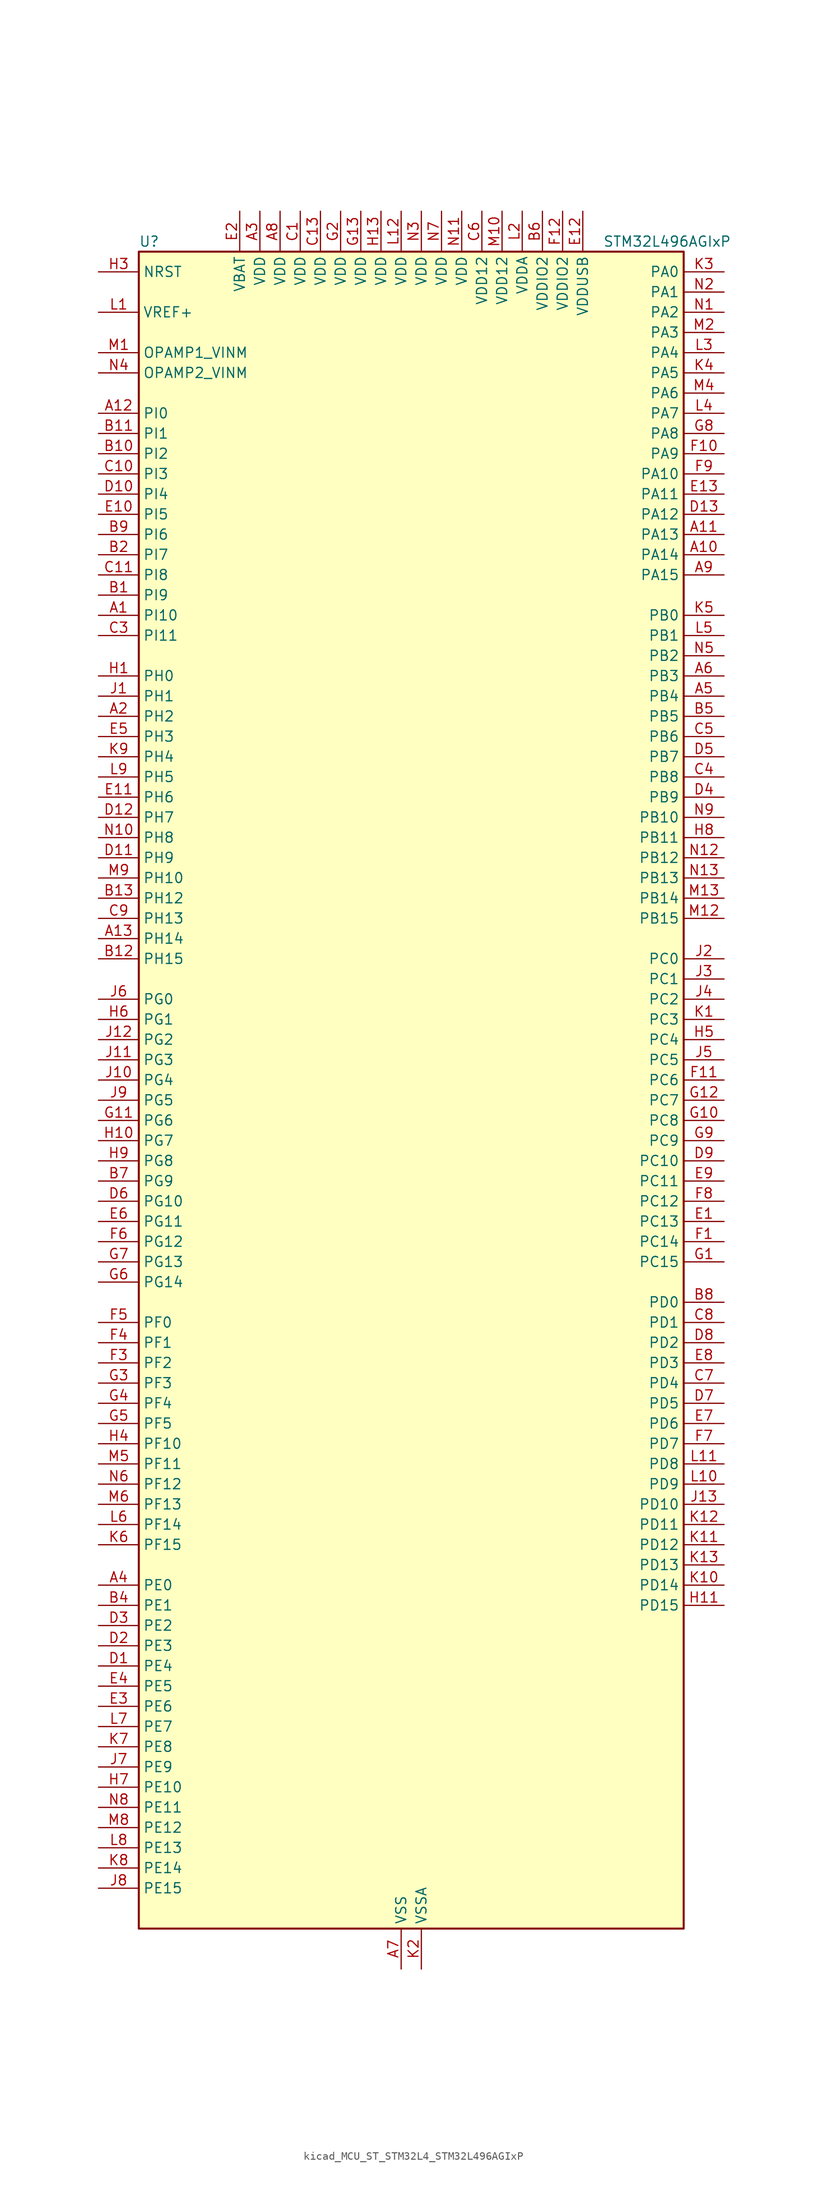
<source format=kicad_sym>
(kicad_symbol_lib
  (version 20220914)
  (generator kicad_symbol_editor)
  (symbol "kicad_MCU_ST_STM32L4_STM32L496AGIxP"
    (property "Reference" "U"
      (at -33.02 107.95 0)
      (effects (font (size 1.27 1.27)) (justify left)))
    (property "Value" "STM32L496AGIxP"
      (at 25.4 107.95 0)
      (effects (font (size 1.27 1.27)) (justify left)))
    (property "ki_locked" ""
      (at 0 0 0)
      (effects (font (size 1.27 1.27))))
    (symbol "kicad_MCU_ST_STM32L4_STM32L496AGIxP_0_1"
      (rectangle (start -33.02 -104.14) (end 35.56 106.68) (stroke (width 0.254) (type default)) (fill (type background))))
    (symbol "kicad_MCU_ST_STM32L4_STM32L496AGIxP_1_1"
      (pin bidirectional line (at -38.1 60.96 0) (length 5.08) (name "PI10" (effects (font (size 1.27 1.27)))) (number "A1" (effects (font (size 1.27 1.27)))))
      (pin bidirectional line (at 40.64 68.58 180) (length 5.08) (name "PA14" (effects (font (size 1.27 1.27)))) (number "A10" (effects (font (size 1.27 1.27)))) (alternate "I2C1_SMBA" bidirectional line) (alternate "I2C4_SMBA" bidirectional line) (alternate "LPTIM1_OUT" bidirectional line) (alternate "SAI1_FS_B" bidirectional line) (alternate "SWPMI1_RX" bidirectional line) (alternate "SYS_JTCK-SWCLK" bidirectional line) (alternate "USB_OTG_FS_SOF" bidirectional line))
      (pin bidirectional line (at 40.64 71.12 180) (length 5.08) (name "PA13" (effects (font (size 1.27 1.27)))) (number "A11" (effects (font (size 1.27 1.27)))) (alternate "IR_OUT" bidirectional line) (alternate "SAI1_SD_B" bidirectional line) (alternate "SWPMI1_TX" bidirectional line) (alternate "SYS_JTMS-SWDIO" bidirectional line) (alternate "USB_OTG_FS_NOE" bidirectional line))
      (pin bidirectional line (at -38.1 86.36 0) (length 5.08) (name "PI0" (effects (font (size 1.27 1.27)))) (number "A12" (effects (font (size 1.27 1.27)))) (alternate "DCMI_D13" bidirectional line) (alternate "SPI2_NSS" bidirectional line) (alternate "TIM5_CH4" bidirectional line))
      (pin bidirectional line (at -38.1 20.32 0) (length 5.08) (name "PH14" (effects (font (size 1.27 1.27)))) (number "A13" (effects (font (size 1.27 1.27)))) (alternate "DCMI_D4" bidirectional line) (alternate "TIM8_CH2N" bidirectional line))
      (pin bidirectional line (at -38.1 48.26 0) (length 5.08) (name "PH2" (effects (font (size 1.27 1.27)))) (number "A2" (effects (font (size 1.27 1.27)))) (alternate "QUADSPI_BK2_IO0" bidirectional line))
      (pin power_in line (at -17.78 111.76 270) (length 5.08) (name "VDD" (effects (font (size 1.27 1.27)))) (number "A3" (effects (font (size 1.27 1.27)))))
      (pin bidirectional line (at -38.1 -60.96 0) (length 5.08) (name "PE0" (effects (font (size 1.27 1.27)))) (number "A4" (effects (font (size 1.27 1.27)))) (alternate "DCMI_D2" bidirectional line) (alternate "FMC_NBL0" bidirectional line) (alternate "LCD_SEG36" bidirectional line) (alternate "TIM16_CH1" bidirectional line) (alternate "TIM4_ETR" bidirectional line))
      (pin bidirectional line (at 40.64 50.8 180) (length 5.08) (name "PB4" (effects (font (size 1.27 1.27)))) (number "A5" (effects (font (size 1.27 1.27)))) (alternate "COMP2_INP" bidirectional line) (alternate "DCMI_D12" bidirectional line) (alternate "I2C3_SDA" bidirectional line) (alternate "LCD_SEG8" bidirectional line) (alternate "SAI1_MCLK_B" bidirectional line) (alternate "SPI1_MISO" bidirectional line) (alternate "SPI3_MISO" bidirectional line) (alternate "SYS_JTRST" bidirectional line) (alternate "TIM17_BKIN" bidirectional line) (alternate "TIM3_CH1" bidirectional line) (alternate "TSC_G2_IO1" bidirectional line) (alternate "UART5_DE" bidirectional line) (alternate "UART5_RTS" bidirectional line) (alternate "USART1_CTS" bidirectional line))
      (pin bidirectional line (at 40.64 53.34 180) (length 5.08) (name "PB3" (effects (font (size 1.27 1.27)))) (number "A6" (effects (font (size 1.27 1.27)))) (alternate "COMP2_INM" bidirectional line) (alternate "CRS_SYNC" bidirectional line) (alternate "LCD_SEG7" bidirectional line) (alternate "SAI1_SCK_B" bidirectional line) (alternate "SPI1_SCK" bidirectional line) (alternate "SPI3_SCK" bidirectional line) (alternate "SYS_JTDO-SWO" bidirectional line) (alternate "TIM2_CH2" bidirectional line) (alternate "USART1_DE" bidirectional line) (alternate "USART1_RTS" bidirectional line))
      (pin power_in line (at 0 -109.22 90) (length 5.08) (name "VSS" (effects (font (size 1.27 1.27)))) (number "A7" (effects (font (size 1.27 1.27)))))
      (pin power_in line (at -15.24 111.76 270) (length 5.08) (name "VDD" (effects (font (size 1.27 1.27)))) (number "A8" (effects (font (size 1.27 1.27)))))
      (pin bidirectional line (at 40.64 66.04 180) (length 5.08) (name "PA15" (effects (font (size 1.27 1.27)))) (number "A9" (effects (font (size 1.27 1.27)))) (alternate "ADC1_EXTI15" bidirectional line) (alternate "ADC2_EXTI15" bidirectional line) (alternate "ADC3_EXTI15" bidirectional line) (alternate "LCD_SEG17" bidirectional line) (alternate "SAI2_FS_B" bidirectional line) (alternate "SPI1_NSS" bidirectional line) (alternate "SPI3_NSS" bidirectional line) (alternate "SWPMI1_SUSPEND" bidirectional line) (alternate "SYS_JTDI" bidirectional line) (alternate "TIM2_CH1" bidirectional line) (alternate "TIM2_ETR" bidirectional line) (alternate "TSC_G3_IO1" bidirectional line) (alternate "UART4_DE" bidirectional line) (alternate "UART4_RTS" bidirectional line) (alternate "USART2_RX" bidirectional line) (alternate "USART3_DE" bidirectional line) (alternate "USART3_RTS" bidirectional line))
      (pin bidirectional line (at -38.1 63.5 0) (length 5.08) (name "PI9" (effects (font (size 1.27 1.27)))) (number "B1" (effects (font (size 1.27 1.27)))) (alternate "CAN1_RX" bidirectional line) (alternate "DAC1_EXTI9" bidirectional line))
      (pin bidirectional line (at -38.1 81.28 0) (length 5.08) (name "PI2" (effects (font (size 1.27 1.27)))) (number "B10" (effects (font (size 1.27 1.27)))) (alternate "DCMI_D9" bidirectional line) (alternate "SPI2_MISO" bidirectional line) (alternate "TIM8_CH4" bidirectional line))
      (pin bidirectional line (at -38.1 83.82 0) (length 5.08) (name "PI1" (effects (font (size 1.27 1.27)))) (number "B11" (effects (font (size 1.27 1.27)))) (alternate "DCMI_D8" bidirectional line) (alternate "SPI2_SCK" bidirectional line))
      (pin bidirectional line (at -38.1 17.78 0) (length 5.08) (name "PH15" (effects (font (size 1.27 1.27)))) (number "B12" (effects (font (size 1.27 1.27)))) (alternate "ADC1_EXTI15" bidirectional line) (alternate "ADC2_EXTI15" bidirectional line) (alternate "ADC3_EXTI15" bidirectional line) (alternate "DCMI_D11" bidirectional line) (alternate "TIM8_CH3N" bidirectional line))
      (pin bidirectional line (at -38.1 25.4 0) (length 5.08) (name "PH12" (effects (font (size 1.27 1.27)))) (number "B13" (effects (font (size 1.27 1.27)))) (alternate "DCMI_D3" bidirectional line) (alternate "TIM5_CH3" bidirectional line))
      (pin bidirectional line (at -38.1 68.58 0) (length 5.08) (name "PI7" (effects (font (size 1.27 1.27)))) (number "B2" (effects (font (size 1.27 1.27)))) (alternate "DCMI_D7" bidirectional line) (alternate "TIM8_CH3" bidirectional line))
      (pin passive line (at 0 -109.22 90) (length 5.08) hide (name "VSS" (effects (font (size 1.27 1.27)))) (number "B3" (effects (font (size 1.27 1.27)))))
      (pin bidirectional line (at -38.1 -63.5 0) (length 5.08) (name "PE1" (effects (font (size 1.27 1.27)))) (number "B4" (effects (font (size 1.27 1.27)))) (alternate "DCMI_D3" bidirectional line) (alternate "FMC_NBL1" bidirectional line) (alternate "LCD_SEG37" bidirectional line) (alternate "TIM17_CH1" bidirectional line))
      (pin bidirectional line (at 40.64 48.26 180) (length 5.08) (name "PB5" (effects (font (size 1.27 1.27)))) (number "B5" (effects (font (size 1.27 1.27)))) (alternate "CAN2_RX" bidirectional line) (alternate "COMP2_OUT" bidirectional line) (alternate "DCMI_D10" bidirectional line) (alternate "I2C1_SMBA" bidirectional line) (alternate "LCD_SEG9" bidirectional line) (alternate "LPTIM1_IN1" bidirectional line) (alternate "SAI1_SD_B" bidirectional line) (alternate "SPI1_MOSI" bidirectional line) (alternate "SPI3_MOSI" bidirectional line) (alternate "TIM16_BKIN" bidirectional line) (alternate "TIM3_CH2" bidirectional line) (alternate "TSC_G2_IO2" bidirectional line) (alternate "UART5_CTS" bidirectional line) (alternate "USART1_CK" bidirectional line))
      (pin power_in line (at 17.78 111.76 270) (length 5.08) (name "VDDIO2" (effects (font (size 1.27 1.27)))) (number "B6" (effects (font (size 1.27 1.27)))))
      (pin bidirectional line (at -38.1 -10.16 0) (length 5.08) (name "PG9" (effects (font (size 1.27 1.27)))) (number "B7" (effects (font (size 1.27 1.27)))) (alternate "DAC1_EXTI9" bidirectional line) (alternate "FMC_NCE" bidirectional line) (alternate "FMC_NE2" bidirectional line) (alternate "SAI2_SCK_A" bidirectional line) (alternate "SPI3_SCK" bidirectional line) (alternate "TIM15_CH1N" bidirectional line) (alternate "USART1_TX" bidirectional line))
      (pin bidirectional line (at 40.64 -25.4 180) (length 5.08) (name "PD0" (effects (font (size 1.27 1.27)))) (number "B8" (effects (font (size 1.27 1.27)))) (alternate "CAN1_RX" bidirectional line) (alternate "DFSDM1_DATIN7" bidirectional line) (alternate "FMC_D2" bidirectional line) (alternate "FMC_DA2" bidirectional line) (alternate "SPI2_NSS" bidirectional line))
      (pin bidirectional line (at -38.1 71.12 0) (length 5.08) (name "PI6" (effects (font (size 1.27 1.27)))) (number "B9" (effects (font (size 1.27 1.27)))) (alternate "DCMI_D6" bidirectional line) (alternate "TIM8_CH2" bidirectional line))
      (pin power_in line (at -12.7 111.76 270) (length 5.08) (name "VDD" (effects (font (size 1.27 1.27)))) (number "C1" (effects (font (size 1.27 1.27)))))
      (pin bidirectional line (at -38.1 78.74 0) (length 5.08) (name "PI3" (effects (font (size 1.27 1.27)))) (number "C10" (effects (font (size 1.27 1.27)))) (alternate "DCMI_D10" bidirectional line) (alternate "SPI2_MOSI" bidirectional line) (alternate "TIM8_ETR" bidirectional line))
      (pin bidirectional line (at -38.1 66.04 0) (length 5.08) (name "PI8" (effects (font (size 1.27 1.27)))) (number "C11" (effects (font (size 1.27 1.27)))) (alternate "DCMI_D12" bidirectional line))
      (pin passive line (at 0 -109.22 90) (length 5.08) hide (name "VSS" (effects (font (size 1.27 1.27)))) (number "C12" (effects (font (size 1.27 1.27)))))
      (pin power_in line (at -10.16 111.76 270) (length 5.08) (name "VDD" (effects (font (size 1.27 1.27)))) (number "C13" (effects (font (size 1.27 1.27)))))
      (pin passive line (at 0 -109.22 90) (length 5.08) hide (name "VSS" (effects (font (size 1.27 1.27)))) (number "C2" (effects (font (size 1.27 1.27)))))
      (pin bidirectional line (at -38.1 58.42 0) (length 5.08) (name "PI11" (effects (font (size 1.27 1.27)))) (number "C3" (effects (font (size 1.27 1.27)))) (alternate "ADC1_EXTI11" bidirectional line) (alternate "ADC2_EXTI11" bidirectional line) (alternate "ADC3_EXTI11" bidirectional line))
      (pin bidirectional line (at 40.64 40.64 180) (length 5.08) (name "PB8" (effects (font (size 1.27 1.27)))) (number "C4" (effects (font (size 1.27 1.27)))) (alternate "CAN1_RX" bidirectional line) (alternate "DCMI_D6" bidirectional line) (alternate "DFSDM1_DATIN6" bidirectional line) (alternate "I2C1_SCL" bidirectional line) (alternate "LCD_SEG16" bidirectional line) (alternate "SAI1_MCLK_A" bidirectional line) (alternate "SDMMC1_D4" bidirectional line) (alternate "TIM16_CH1" bidirectional line) (alternate "TIM4_CH3" bidirectional line))
      (pin bidirectional line (at 40.64 45.72 180) (length 5.08) (name "PB6" (effects (font (size 1.27 1.27)))) (number "C5" (effects (font (size 1.27 1.27)))) (alternate "CAN2_TX" bidirectional line) (alternate "COMP2_INP" bidirectional line) (alternate "DCMI_D5" bidirectional line) (alternate "DFSDM1_DATIN5" bidirectional line) (alternate "I2C1_SCL" bidirectional line) (alternate "I2C4_SCL" bidirectional line) (alternate "LPTIM1_ETR" bidirectional line) (alternate "SAI1_FS_B" bidirectional line) (alternate "TIM16_CH1N" bidirectional line) (alternate "TIM4_CH1" bidirectional line) (alternate "TIM8_BKIN2" bidirectional line) (alternate "TIM8_BKIN2_COMP2" bidirectional line) (alternate "TSC_G2_IO3" bidirectional line) (alternate "USART1_TX" bidirectional line))
      (pin power_in line (at 10.16 111.76 270) (length 5.08) (name "VDD12" (effects (font (size 1.27 1.27)))) (number "C6" (effects (font (size 1.27 1.27)))))
      (pin bidirectional line (at 40.64 -35.56 180) (length 5.08) (name "PD4" (effects (font (size 1.27 1.27)))) (number "C7" (effects (font (size 1.27 1.27)))) (alternate "DFSDM1_CKIN0" bidirectional line) (alternate "FMC_NOE" bidirectional line) (alternate "QUADSPI_BK2_IO0" bidirectional line) (alternate "SPI2_MOSI" bidirectional line) (alternate "USART2_DE" bidirectional line) (alternate "USART2_RTS" bidirectional line))
      (pin bidirectional line (at 40.64 -27.94 180) (length 5.08) (name "PD1" (effects (font (size 1.27 1.27)))) (number "C8" (effects (font (size 1.27 1.27)))) (alternate "CAN1_TX" bidirectional line) (alternate "DFSDM1_CKIN7" bidirectional line) (alternate "FMC_D3" bidirectional line) (alternate "FMC_DA3" bidirectional line) (alternate "SPI2_SCK" bidirectional line))
      (pin bidirectional line (at -38.1 22.86 0) (length 5.08) (name "PH13" (effects (font (size 1.27 1.27)))) (number "C9" (effects (font (size 1.27 1.27)))) (alternate "CAN1_TX" bidirectional line) (alternate "TIM8_CH1N" bidirectional line))
      (pin bidirectional line (at -38.1 -71.12 0) (length 5.08) (name "PE4" (effects (font (size 1.27 1.27)))) (number "D1" (effects (font (size 1.27 1.27)))) (alternate "DCMI_D4" bidirectional line) (alternate "DFSDM1_DATIN3" bidirectional line) (alternate "FMC_A20" bidirectional line) (alternate "SAI1_FS_A" bidirectional line) (alternate "SYS_TRACED1" bidirectional line) (alternate "TIM3_CH2" bidirectional line) (alternate "TSC_G7_IO3" bidirectional line))
      (pin bidirectional line (at -38.1 76.2 0) (length 5.08) (name "PI4" (effects (font (size 1.27 1.27)))) (number "D10" (effects (font (size 1.27 1.27)))) (alternate "DCMI_D5" bidirectional line) (alternate "TIM8_BKIN" bidirectional line))
      (pin bidirectional line (at -38.1 30.48 0) (length 5.08) (name "PH9" (effects (font (size 1.27 1.27)))) (number "D11" (effects (font (size 1.27 1.27)))) (alternate "DAC1_EXTI9" bidirectional line) (alternate "DCMI_D0" bidirectional line) (alternate "I2C3_SMBA" bidirectional line))
      (pin bidirectional line (at -38.1 35.56 0) (length 5.08) (name "PH7" (effects (font (size 1.27 1.27)))) (number "D12" (effects (font (size 1.27 1.27)))) (alternate "DCMI_D9" bidirectional line) (alternate "I2C3_SCL" bidirectional line))
      (pin bidirectional line (at 40.64 73.66 180) (length 5.08) (name "PA12" (effects (font (size 1.27 1.27)))) (number "D13" (effects (font (size 1.27 1.27)))) (alternate "CAN1_TX" bidirectional line) (alternate "SPI1_MOSI" bidirectional line) (alternate "TIM1_ETR" bidirectional line) (alternate "USART1_DE" bidirectional line) (alternate "USART1_RTS" bidirectional line) (alternate "USB_OTG_FS_DP" bidirectional line))
      (pin bidirectional line (at -38.1 -68.58 0) (length 5.08) (name "PE3" (effects (font (size 1.27 1.27)))) (number "D2" (effects (font (size 1.27 1.27)))) (alternate "FMC_A19" bidirectional line) (alternate "LCD_SEG39" bidirectional line) (alternate "SAI1_SD_B" bidirectional line) (alternate "SYS_TRACED0" bidirectional line) (alternate "TIM3_CH1" bidirectional line) (alternate "TSC_G7_IO2" bidirectional line))
      (pin bidirectional line (at -38.1 -66.04 0) (length 5.08) (name "PE2" (effects (font (size 1.27 1.27)))) (number "D3" (effects (font (size 1.27 1.27)))) (alternate "FMC_A23" bidirectional line) (alternate "LCD_SEG38" bidirectional line) (alternate "SAI1_MCLK_A" bidirectional line) (alternate "SYS_TRACECLK" bidirectional line) (alternate "TIM3_ETR" bidirectional line) (alternate "TSC_G7_IO1" bidirectional line))
      (pin bidirectional line (at 40.64 38.1 180) (length 5.08) (name "PB9" (effects (font (size 1.27 1.27)))) (number "D4" (effects (font (size 1.27 1.27)))) (alternate "CAN1_TX" bidirectional line) (alternate "DAC1_EXTI9" bidirectional line) (alternate "DCMI_D7" bidirectional line) (alternate "DFSDM1_CKIN6" bidirectional line) (alternate "I2C1_SDA" bidirectional line) (alternate "IR_OUT" bidirectional line) (alternate "LCD_COM3" bidirectional line) (alternate "SAI1_FS_A" bidirectional line) (alternate "SDMMC1_D5" bidirectional line) (alternate "SPI2_NSS" bidirectional line) (alternate "TIM17_CH1" bidirectional line) (alternate "TIM4_CH4" bidirectional line))
      (pin bidirectional line (at 40.64 43.18 180) (length 5.08) (name "PB7" (effects (font (size 1.27 1.27)))) (number "D5" (effects (font (size 1.27 1.27)))) (alternate "COMP2_INM" bidirectional line) (alternate "DCMI_VSYNC" bidirectional line) (alternate "DFSDM1_CKIN5" bidirectional line) (alternate "FMC_NL" bidirectional line) (alternate "I2C1_SDA" bidirectional line) (alternate "I2C4_SDA" bidirectional line) (alternate "LCD_SEG21" bidirectional line) (alternate "LPTIM1_IN2" bidirectional line) (alternate "SYS_PVD_IN" bidirectional line) (alternate "TIM17_CH1N" bidirectional line) (alternate "TIM4_CH2" bidirectional line) (alternate "TIM8_BKIN" bidirectional line) (alternate "TIM8_BKIN_COMP1" bidirectional line) (alternate "TSC_G2_IO4" bidirectional line) (alternate "UART4_CTS" bidirectional line) (alternate "USART1_RX" bidirectional line))
      (pin bidirectional line (at -38.1 -12.7 0) (length 5.08) (name "PG10" (effects (font (size 1.27 1.27)))) (number "D6" (effects (font (size 1.27 1.27)))) (alternate "FMC_NE3" bidirectional line) (alternate "LPTIM1_IN1" bidirectional line) (alternate "SAI2_FS_A" bidirectional line) (alternate "SPI3_MISO" bidirectional line) (alternate "TIM15_CH1" bidirectional line) (alternate "USART1_RX" bidirectional line))
      (pin bidirectional line (at 40.64 -38.1 180) (length 5.08) (name "PD5" (effects (font (size 1.27 1.27)))) (number "D7" (effects (font (size 1.27 1.27)))) (alternate "FMC_NWE" bidirectional line) (alternate "QUADSPI_BK2_IO1" bidirectional line) (alternate "USART2_TX" bidirectional line))
      (pin bidirectional line (at 40.64 -30.48 180) (length 5.08) (name "PD2" (effects (font (size 1.27 1.27)))) (number "D8" (effects (font (size 1.27 1.27)))) (alternate "DCMI_D11" bidirectional line) (alternate "LCD_COM7" bidirectional line) (alternate "LCD_SEG31" bidirectional line) (alternate "LCD_SEG43" bidirectional line) (alternate "SDMMC1_CMD" bidirectional line) (alternate "SYS_TRACED2" bidirectional line) (alternate "TIM3_ETR" bidirectional line) (alternate "TSC_SYNC" bidirectional line) (alternate "UART5_RX" bidirectional line) (alternate "USART3_DE" bidirectional line) (alternate "USART3_RTS" bidirectional line))
      (pin bidirectional line (at 40.64 -7.62 180) (length 5.08) (name "PC10" (effects (font (size 1.27 1.27)))) (number "D9" (effects (font (size 1.27 1.27)))) (alternate "DCMI_D8" bidirectional line) (alternate "LCD_COM4" bidirectional line) (alternate "LCD_SEG28" bidirectional line) (alternate "LCD_SEG40" bidirectional line) (alternate "SAI2_SCK_B" bidirectional line) (alternate "SDMMC1_D2" bidirectional line) (alternate "SPI3_SCK" bidirectional line) (alternate "SYS_TRACED1" bidirectional line) (alternate "TSC_G3_IO2" bidirectional line) (alternate "UART4_TX" bidirectional line) (alternate "USART3_TX" bidirectional line))
      (pin bidirectional line (at 40.64 -15.24 180) (length 5.08) (name "PC13" (effects (font (size 1.27 1.27)))) (number "E1" (effects (font (size 1.27 1.27)))) (alternate "RTC_OUT_ALARM" bidirectional line) (alternate "RTC_OUT_CALIB" bidirectional line) (alternate "RTC_TAMP1" bidirectional line) (alternate "RTC_TS" bidirectional line) (alternate "SYS_WKUP2" bidirectional line))
      (pin bidirectional line (at -38.1 73.66 0) (length 5.08) (name "PI5" (effects (font (size 1.27 1.27)))) (number "E10" (effects (font (size 1.27 1.27)))) (alternate "DCMI_VSYNC" bidirectional line) (alternate "TIM8_CH1" bidirectional line))
      (pin bidirectional line (at -38.1 38.1 0) (length 5.08) (name "PH6" (effects (font (size 1.27 1.27)))) (number "E11" (effects (font (size 1.27 1.27)))) (alternate "DCMI_D8" bidirectional line) (alternate "I2C2_SMBA" bidirectional line))
      (pin power_in line (at 22.86 111.76 270) (length 5.08) (name "VDDUSB" (effects (font (size 1.27 1.27)))) (number "E12" (effects (font (size 1.27 1.27)))))
      (pin bidirectional line (at 40.64 76.2 180) (length 5.08) (name "PA11" (effects (font (size 1.27 1.27)))) (number "E13" (effects (font (size 1.27 1.27)))) (alternate "ADC1_EXTI11" bidirectional line) (alternate "ADC2_EXTI11" bidirectional line) (alternate "ADC3_EXTI11" bidirectional line) (alternate "CAN1_RX" bidirectional line) (alternate "SPI1_MISO" bidirectional line) (alternate "TIM1_BKIN2" bidirectional line) (alternate "TIM1_BKIN2_COMP1" bidirectional line) (alternate "TIM1_CH4" bidirectional line) (alternate "USART1_CTS" bidirectional line) (alternate "USB_OTG_FS_DM" bidirectional line))
      (pin power_in line (at -20.32 111.76 270) (length 5.08) (name "VBAT" (effects (font (size 1.27 1.27)))) (number "E2" (effects (font (size 1.27 1.27)))))
      (pin bidirectional line (at -38.1 -76.2 0) (length 5.08) (name "PE6" (effects (font (size 1.27 1.27)))) (number "E3" (effects (font (size 1.27 1.27)))) (alternate "DCMI_D7" bidirectional line) (alternate "FMC_A22" bidirectional line) (alternate "RTC_TAMP3" bidirectional line) (alternate "SAI1_SD_A" bidirectional line) (alternate "SYS_TRACED3" bidirectional line) (alternate "SYS_WKUP3" bidirectional line) (alternate "TIM3_CH4" bidirectional line))
      (pin bidirectional line (at -38.1 -73.66 0) (length 5.08) (name "PE5" (effects (font (size 1.27 1.27)))) (number "E4" (effects (font (size 1.27 1.27)))) (alternate "DCMI_D6" bidirectional line) (alternate "DFSDM1_CKIN3" bidirectional line) (alternate "FMC_A21" bidirectional line) (alternate "SAI1_SCK_A" bidirectional line) (alternate "SYS_TRACED2" bidirectional line) (alternate "TIM3_CH3" bidirectional line) (alternate "TSC_G7_IO4" bidirectional line))
      (pin bidirectional line (at -38.1 45.72 0) (length 5.08) (name "PH3" (effects (font (size 1.27 1.27)))) (number "E5" (effects (font (size 1.27 1.27)))))
      (pin bidirectional line (at -38.1 -15.24 0) (length 5.08) (name "PG11" (effects (font (size 1.27 1.27)))) (number "E6" (effects (font (size 1.27 1.27)))) (alternate "ADC1_EXTI11" bidirectional line) (alternate "ADC2_EXTI11" bidirectional line) (alternate "ADC3_EXTI11" bidirectional line) (alternate "LPTIM1_IN2" bidirectional line) (alternate "SAI2_MCLK_A" bidirectional line) (alternate "SPI3_MOSI" bidirectional line) (alternate "TIM15_CH2" bidirectional line) (alternate "USART1_CTS" bidirectional line))
      (pin bidirectional line (at 40.64 -40.64 180) (length 5.08) (name "PD6" (effects (font (size 1.27 1.27)))) (number "E7" (effects (font (size 1.27 1.27)))) (alternate "DCMI_D10" bidirectional line) (alternate "DFSDM1_DATIN1" bidirectional line) (alternate "FMC_NWAIT" bidirectional line) (alternate "QUADSPI_BK2_IO1" bidirectional line) (alternate "QUADSPI_BK2_IO2" bidirectional line) (alternate "SAI1_SD_A" bidirectional line) (alternate "USART2_RX" bidirectional line))
      (pin bidirectional line (at 40.64 -33.02 180) (length 5.08) (name "PD3" (effects (font (size 1.27 1.27)))) (number "E8" (effects (font (size 1.27 1.27)))) (alternate "DCMI_D5" bidirectional line) (alternate "DFSDM1_DATIN0" bidirectional line) (alternate "FMC_CLK" bidirectional line) (alternate "QUADSPI_BK2_NCS" bidirectional line) (alternate "SPI2_MISO" bidirectional line) (alternate "SPI2_SCK" bidirectional line) (alternate "USART2_CTS" bidirectional line))
      (pin bidirectional line (at 40.64 -10.16 180) (length 5.08) (name "PC11" (effects (font (size 1.27 1.27)))) (number "E9" (effects (font (size 1.27 1.27)))) (alternate "ADC1_EXTI11" bidirectional line) (alternate "ADC2_EXTI11" bidirectional line) (alternate "ADC3_EXTI11" bidirectional line) (alternate "DCMI_D4" bidirectional line) (alternate "LCD_COM5" bidirectional line) (alternate "LCD_SEG29" bidirectional line) (alternate "LCD_SEG41" bidirectional line) (alternate "QUADSPI_BK2_NCS" bidirectional line) (alternate "SAI2_MCLK_B" bidirectional line) (alternate "SDMMC1_D3" bidirectional line) (alternate "SPI3_MISO" bidirectional line) (alternate "TSC_G3_IO3" bidirectional line) (alternate "UART4_RX" bidirectional line) (alternate "USART3_RX" bidirectional line))
      (pin bidirectional line (at 40.64 -17.78 180) (length 5.08) (name "PC14" (effects (font (size 1.27 1.27)))) (number "F1" (effects (font (size 1.27 1.27)))) (alternate "RCC_OSC32_IN" bidirectional line))
      (pin bidirectional line (at 40.64 81.28 180) (length 5.08) (name "PA9" (effects (font (size 1.27 1.27)))) (number "F10" (effects (font (size 1.27 1.27)))) (alternate "DAC1_EXTI9" bidirectional line) (alternate "DCMI_D0" bidirectional line) (alternate "LCD_COM1" bidirectional line) (alternate "SAI1_FS_A" bidirectional line) (alternate "SPI2_SCK" bidirectional line) (alternate "TIM15_BKIN" bidirectional line) (alternate "TIM1_CH2" bidirectional line) (alternate "USART1_TX" bidirectional line) (alternate "USB_OTG_FS_VBUS" bidirectional line))
      (pin bidirectional line (at 40.64 2.54 180) (length 5.08) (name "PC6" (effects (font (size 1.27 1.27)))) (number "F11" (effects (font (size 1.27 1.27)))) (alternate "DCMI_D0" bidirectional line) (alternate "DFSDM1_CKIN3" bidirectional line) (alternate "LCD_SEG24" bidirectional line) (alternate "SAI2_MCLK_A" bidirectional line) (alternate "SDMMC1_D6" bidirectional line) (alternate "TIM3_CH1" bidirectional line) (alternate "TIM8_CH1" bidirectional line) (alternate "TSC_G4_IO1" bidirectional line))
      (pin power_in line (at 20.32 111.76 270) (length 5.08) (name "VDDIO2" (effects (font (size 1.27 1.27)))) (number "F12" (effects (font (size 1.27 1.27)))))
      (pin passive line (at 0 -109.22 90) (length 5.08) hide (name "VSS" (effects (font (size 1.27 1.27)))) (number "F13" (effects (font (size 1.27 1.27)))))
      (pin passive line (at 0 -109.22 90) (length 5.08) hide (name "VSS" (effects (font (size 1.27 1.27)))) (number "F2" (effects (font (size 1.27 1.27)))))
      (pin bidirectional line (at -38.1 -33.02 0) (length 5.08) (name "PF2" (effects (font (size 1.27 1.27)))) (number "F3" (effects (font (size 1.27 1.27)))) (alternate "FMC_A2" bidirectional line) (alternate "I2C2_SMBA" bidirectional line))
      (pin bidirectional line (at -38.1 -30.48 0) (length 5.08) (name "PF1" (effects (font (size 1.27 1.27)))) (number "F4" (effects (font (size 1.27 1.27)))) (alternate "FMC_A1" bidirectional line) (alternate "I2C2_SCL" bidirectional line))
      (pin bidirectional line (at -38.1 -27.94 0) (length 5.08) (name "PF0" (effects (font (size 1.27 1.27)))) (number "F5" (effects (font (size 1.27 1.27)))) (alternate "FMC_A0" bidirectional line) (alternate "I2C2_SDA" bidirectional line))
      (pin bidirectional line (at -38.1 -17.78 0) (length 5.08) (name "PG12" (effects (font (size 1.27 1.27)))) (number "F6" (effects (font (size 1.27 1.27)))) (alternate "FMC_NE4" bidirectional line) (alternate "LPTIM1_ETR" bidirectional line) (alternate "SAI2_SD_A" bidirectional line) (alternate "SPI3_NSS" bidirectional line) (alternate "USART1_DE" bidirectional line) (alternate "USART1_RTS" bidirectional line))
      (pin bidirectional line (at 40.64 -43.18 180) (length 5.08) (name "PD7" (effects (font (size 1.27 1.27)))) (number "F7" (effects (font (size 1.27 1.27)))) (alternate "DFSDM1_CKIN1" bidirectional line) (alternate "FMC_NE1" bidirectional line) (alternate "QUADSPI_BK2_IO3" bidirectional line) (alternate "USART2_CK" bidirectional line))
      (pin bidirectional line (at 40.64 -12.7 180) (length 5.08) (name "PC12" (effects (font (size 1.27 1.27)))) (number "F8" (effects (font (size 1.27 1.27)))) (alternate "DCMI_D9" bidirectional line) (alternate "LCD_COM6" bidirectional line) (alternate "LCD_SEG30" bidirectional line) (alternate "LCD_SEG42" bidirectional line) (alternate "SAI2_SD_B" bidirectional line) (alternate "SDMMC1_CK" bidirectional line) (alternate "SPI3_MOSI" bidirectional line) (alternate "SYS_TRACED3" bidirectional line) (alternate "TSC_G3_IO4" bidirectional line) (alternate "UART5_TX" bidirectional line) (alternate "USART3_CK" bidirectional line))
      (pin bidirectional line (at 40.64 78.74 180) (length 5.08) (name "PA10" (effects (font (size 1.27 1.27)))) (number "F9" (effects (font (size 1.27 1.27)))) (alternate "DCMI_D1" bidirectional line) (alternate "LCD_COM2" bidirectional line) (alternate "SAI1_SD_A" bidirectional line) (alternate "TIM17_BKIN" bidirectional line) (alternate "TIM1_CH3" bidirectional line) (alternate "USART1_RX" bidirectional line) (alternate "USB_OTG_FS_ID" bidirectional line))
      (pin bidirectional line (at 40.64 -20.32 180) (length 5.08) (name "PC15" (effects (font (size 1.27 1.27)))) (number "G1" (effects (font (size 1.27 1.27)))) (alternate "ADC1_EXTI15" bidirectional line) (alternate "ADC2_EXTI15" bidirectional line) (alternate "ADC3_EXTI15" bidirectional line) (alternate "RCC_OSC32_OUT" bidirectional line))
      (pin bidirectional line (at 40.64 -2.54 180) (length 5.08) (name "PC8" (effects (font (size 1.27 1.27)))) (number "G10" (effects (font (size 1.27 1.27)))) (alternate "DCMI_D2" bidirectional line) (alternate "LCD_SEG26" bidirectional line) (alternate "SDMMC1_D0" bidirectional line) (alternate "TIM3_CH3" bidirectional line) (alternate "TIM8_CH3" bidirectional line) (alternate "TSC_G4_IO3" bidirectional line))
      (pin bidirectional line (at -38.1 -2.54 0) (length 5.08) (name "PG6" (effects (font (size 1.27 1.27)))) (number "G11" (effects (font (size 1.27 1.27)))) (alternate "I2C3_SMBA" bidirectional line) (alternate "LPUART1_DE" bidirectional line) (alternate "LPUART1_RTS" bidirectional line))
      (pin bidirectional line (at 40.64 0 180) (length 5.08) (name "PC7" (effects (font (size 1.27 1.27)))) (number "G12" (effects (font (size 1.27 1.27)))) (alternate "DCMI_D1" bidirectional line) (alternate "DFSDM1_DATIN3" bidirectional line) (alternate "LCD_SEG25" bidirectional line) (alternate "SAI2_MCLK_B" bidirectional line) (alternate "SDMMC1_D7" bidirectional line) (alternate "TIM3_CH2" bidirectional line) (alternate "TIM8_CH2" bidirectional line) (alternate "TSC_G4_IO2" bidirectional line))
      (pin power_in line (at -5.08 111.76 270) (length 5.08) (name "VDD" (effects (font (size 1.27 1.27)))) (number "G13" (effects (font (size 1.27 1.27)))))
      (pin power_in line (at -7.62 111.76 270) (length 5.08) (name "VDD" (effects (font (size 1.27 1.27)))) (number "G2" (effects (font (size 1.27 1.27)))))
      (pin bidirectional line (at -38.1 -35.56 0) (length 5.08) (name "PF3" (effects (font (size 1.27 1.27)))) (number "G3" (effects (font (size 1.27 1.27)))) (alternate "ADC3_IN6" bidirectional line) (alternate "FMC_A3" bidirectional line))
      (pin bidirectional line (at -38.1 -38.1 0) (length 5.08) (name "PF4" (effects (font (size 1.27 1.27)))) (number "G4" (effects (font (size 1.27 1.27)))) (alternate "ADC3_IN7" bidirectional line) (alternate "FMC_A4" bidirectional line))
      (pin bidirectional line (at -38.1 -40.64 0) (length 5.08) (name "PF5" (effects (font (size 1.27 1.27)))) (number "G5" (effects (font (size 1.27 1.27)))) (alternate "ADC3_IN8" bidirectional line) (alternate "FMC_A5" bidirectional line))
      (pin bidirectional line (at -38.1 -22.86 0) (length 5.08) (name "PG14" (effects (font (size 1.27 1.27)))) (number "G6" (effects (font (size 1.27 1.27)))) (alternate "FMC_A25" bidirectional line) (alternate "I2C1_SCL" bidirectional line))
      (pin bidirectional line (at -38.1 -20.32 0) (length 5.08) (name "PG13" (effects (font (size 1.27 1.27)))) (number "G7" (effects (font (size 1.27 1.27)))) (alternate "FMC_A24" bidirectional line) (alternate "I2C1_SDA" bidirectional line) (alternate "USART1_CK" bidirectional line))
      (pin bidirectional line (at 40.64 83.82 180) (length 5.08) (name "PA8" (effects (font (size 1.27 1.27)))) (number "G8" (effects (font (size 1.27 1.27)))) (alternate "LCD_COM0" bidirectional line) (alternate "LPTIM2_OUT" bidirectional line) (alternate "RCC_MCO" bidirectional line) (alternate "SAI1_SCK_A" bidirectional line) (alternate "SWPMI1_IO" bidirectional line) (alternate "TIM1_CH1" bidirectional line) (alternate "USART1_CK" bidirectional line) (alternate "USB_OTG_FS_SOF" bidirectional line))
      (pin bidirectional line (at 40.64 -5.08 180) (length 5.08) (name "PC9" (effects (font (size 1.27 1.27)))) (number "G9" (effects (font (size 1.27 1.27)))) (alternate "DAC1_EXTI9" bidirectional line) (alternate "DCMI_D3" bidirectional line) (alternate "I2C3_SDA" bidirectional line) (alternate "LCD_SEG27" bidirectional line) (alternate "SAI2_EXTCLK" bidirectional line) (alternate "SDMMC1_D1" bidirectional line) (alternate "TIM3_CH4" bidirectional line) (alternate "TIM8_BKIN2" bidirectional line) (alternate "TIM8_BKIN2_COMP1" bidirectional line) (alternate "TIM8_CH4" bidirectional line) (alternate "TSC_G4_IO4" bidirectional line) (alternate "USB_OTG_FS_NOE" bidirectional line))
      (pin bidirectional line (at -38.1 53.34 0) (length 5.08) (name "PH0" (effects (font (size 1.27 1.27)))) (number "H1" (effects (font (size 1.27 1.27)))) (alternate "RCC_OSC_IN" bidirectional line))
      (pin bidirectional line (at -38.1 -5.08 0) (length 5.08) (name "PG7" (effects (font (size 1.27 1.27)))) (number "H10" (effects (font (size 1.27 1.27)))) (alternate "FMC_INT" bidirectional line) (alternate "I2C3_SCL" bidirectional line) (alternate "LPUART1_TX" bidirectional line) (alternate "SAI1_MCLK_A" bidirectional line))
      (pin bidirectional line (at 40.64 -63.5 180) (length 5.08) (name "PD15" (effects (font (size 1.27 1.27)))) (number "H11" (effects (font (size 1.27 1.27)))) (alternate "ADC1_EXTI15" bidirectional line) (alternate "ADC2_EXTI15" bidirectional line) (alternate "ADC3_EXTI15" bidirectional line) (alternate "FMC_D1" bidirectional line) (alternate "FMC_DA1" bidirectional line) (alternate "LCD_SEG35" bidirectional line) (alternate "TIM4_CH4" bidirectional line))
      (pin passive line (at 0 -109.22 90) (length 5.08) hide (name "VSS" (effects (font (size 1.27 1.27)))) (number "H12" (effects (font (size 1.27 1.27)))))
      (pin power_in line (at -2.54 111.76 270) (length 5.08) (name "VDD" (effects (font (size 1.27 1.27)))) (number "H13" (effects (font (size 1.27 1.27)))))
      (pin passive line (at 0 -109.22 90) (length 5.08) hide (name "VSS" (effects (font (size 1.27 1.27)))) (number "H2" (effects (font (size 1.27 1.27)))))
      (pin input line (at -38.1 104.14 0) (length 5.08) (name "NRST" (effects (font (size 1.27 1.27)))) (number "H3" (effects (font (size 1.27 1.27)))))
      (pin bidirectional line (at -38.1 -43.18 0) (length 5.08) (name "PF10" (effects (font (size 1.27 1.27)))) (number "H4" (effects (font (size 1.27 1.27)))) (alternate "ADC3_IN13" bidirectional line) (alternate "DCMI_D11" bidirectional line) (alternate "QUADSPI_CLK" bidirectional line) (alternate "TIM15_CH2" bidirectional line))
      (pin bidirectional line (at 40.64 7.62 180) (length 5.08) (name "PC4" (effects (font (size 1.27 1.27)))) (number "H5" (effects (font (size 1.27 1.27)))) (alternate "ADC1_IN13" bidirectional line) (alternate "ADC2_IN13" bidirectional line) (alternate "COMP1_INM" bidirectional line) (alternate "LCD_SEG22" bidirectional line) (alternate "QUADSPI_BK2_IO3" bidirectional line) (alternate "USART3_TX" bidirectional line))
      (pin bidirectional line (at -38.1 10.16 0) (length 5.08) (name "PG1" (effects (font (size 1.27 1.27)))) (number "H6" (effects (font (size 1.27 1.27)))) (alternate "FMC_A11" bidirectional line) (alternate "TSC_G8_IO4" bidirectional line))
      (pin bidirectional line (at -38.1 -86.36 0) (length 5.08) (name "PE10" (effects (font (size 1.27 1.27)))) (number "H7" (effects (font (size 1.27 1.27)))) (alternate "DFSDM1_DATIN4" bidirectional line) (alternate "FMC_D7" bidirectional line) (alternate "FMC_DA7" bidirectional line) (alternate "QUADSPI_CLK" bidirectional line) (alternate "SAI1_MCLK_B" bidirectional line) (alternate "TIM1_CH2N" bidirectional line) (alternate "TSC_G5_IO1" bidirectional line))
      (pin bidirectional line (at 40.64 33.02 180) (length 5.08) (name "PB11" (effects (font (size 1.27 1.27)))) (number "H8" (effects (font (size 1.27 1.27)))) (alternate "ADC1_EXTI11" bidirectional line) (alternate "ADC2_EXTI11" bidirectional line) (alternate "ADC3_EXTI11" bidirectional line) (alternate "COMP2_OUT" bidirectional line) (alternate "DFSDM1_CKIN7" bidirectional line) (alternate "I2C2_SDA" bidirectional line) (alternate "I2C4_SDA" bidirectional line) (alternate "LCD_SEG11" bidirectional line) (alternate "LPUART1_TX" bidirectional line) (alternate "QUADSPI_BK1_NCS" bidirectional line) (alternate "TIM2_CH4" bidirectional line) (alternate "USART3_RX" bidirectional line))
      (pin bidirectional line (at -38.1 -7.62 0) (length 5.08) (name "PG8" (effects (font (size 1.27 1.27)))) (number "H9" (effects (font (size 1.27 1.27)))) (alternate "I2C3_SDA" bidirectional line) (alternate "LPUART1_RX" bidirectional line))
      (pin bidirectional line (at -38.1 50.8 0) (length 5.08) (name "PH1" (effects (font (size 1.27 1.27)))) (number "J1" (effects (font (size 1.27 1.27)))) (alternate "RCC_OSC_OUT" bidirectional line))
      (pin bidirectional line (at -38.1 2.54 0) (length 5.08) (name "PG4" (effects (font (size 1.27 1.27)))) (number "J10" (effects (font (size 1.27 1.27)))) (alternate "FMC_A14" bidirectional line) (alternate "SAI2_MCLK_B" bidirectional line) (alternate "SPI1_MOSI" bidirectional line))
      (pin bidirectional line (at -38.1 5.08 0) (length 5.08) (name "PG3" (effects (font (size 1.27 1.27)))) (number "J11" (effects (font (size 1.27 1.27)))) (alternate "FMC_A13" bidirectional line) (alternate "SAI2_FS_B" bidirectional line) (alternate "SPI1_MISO" bidirectional line))
      (pin bidirectional line (at -38.1 7.62 0) (length 5.08) (name "PG2" (effects (font (size 1.27 1.27)))) (number "J12" (effects (font (size 1.27 1.27)))) (alternate "FMC_A12" bidirectional line) (alternate "SAI2_SCK_B" bidirectional line) (alternate "SPI1_SCK" bidirectional line))
      (pin bidirectional line (at 40.64 -50.8 180) (length 5.08) (name "PD10" (effects (font (size 1.27 1.27)))) (number "J13" (effects (font (size 1.27 1.27)))) (alternate "FMC_D15" bidirectional line) (alternate "FMC_DA15" bidirectional line) (alternate "LCD_SEG30" bidirectional line) (alternate "SAI2_SCK_A" bidirectional line) (alternate "TSC_G6_IO1" bidirectional line) (alternate "USART3_CK" bidirectional line))
      (pin bidirectional line (at 40.64 17.78 180) (length 5.08) (name "PC0" (effects (font (size 1.27 1.27)))) (number "J2" (effects (font (size 1.27 1.27)))) (alternate "ADC1_IN1" bidirectional line) (alternate "ADC2_IN1" bidirectional line) (alternate "ADC3_IN1" bidirectional line) (alternate "DFSDM1_DATIN4" bidirectional line) (alternate "I2C3_SCL" bidirectional line) (alternate "I2C4_SCL" bidirectional line) (alternate "LCD_SEG18" bidirectional line) (alternate "LPTIM1_IN1" bidirectional line) (alternate "LPTIM2_IN1" bidirectional line) (alternate "LPUART1_RX" bidirectional line))
      (pin bidirectional line (at 40.64 15.24 180) (length 5.08) (name "PC1" (effects (font (size 1.27 1.27)))) (number "J3" (effects (font (size 1.27 1.27)))) (alternate "ADC1_IN2" bidirectional line) (alternate "ADC2_IN2" bidirectional line) (alternate "ADC3_IN2" bidirectional line) (alternate "DFSDM1_CKIN4" bidirectional line) (alternate "I2C3_SDA" bidirectional line) (alternate "I2C4_SDA" bidirectional line) (alternate "LCD_SEG19" bidirectional line) (alternate "LPTIM1_OUT" bidirectional line) (alternate "LPUART1_TX" bidirectional line) (alternate "QUADSPI_BK2_IO0" bidirectional line) (alternate "SAI1_SD_A" bidirectional line) (alternate "SPI2_MOSI" bidirectional line) (alternate "SYS_TRACED0" bidirectional line))
      (pin bidirectional line (at 40.64 12.7 180) (length 5.08) (name "PC2" (effects (font (size 1.27 1.27)))) (number "J4" (effects (font (size 1.27 1.27)))) (alternate "ADC1_IN3" bidirectional line) (alternate "ADC2_IN3" bidirectional line) (alternate "ADC3_IN3" bidirectional line) (alternate "DFSDM1_CKOUT" bidirectional line) (alternate "LCD_SEG20" bidirectional line) (alternate "LPTIM1_IN2" bidirectional line) (alternate "QUADSPI_BK2_IO1" bidirectional line) (alternate "SPI2_MISO" bidirectional line))
      (pin bidirectional line (at 40.64 5.08 180) (length 5.08) (name "PC5" (effects (font (size 1.27 1.27)))) (number "J5" (effects (font (size 1.27 1.27)))) (alternate "ADC1_IN14" bidirectional line) (alternate "ADC2_IN14" bidirectional line) (alternate "COMP1_INP" bidirectional line) (alternate "LCD_SEG23" bidirectional line) (alternate "SYS_WKUP5" bidirectional line) (alternate "USART3_RX" bidirectional line))
      (pin bidirectional line (at -38.1 12.7 0) (length 5.08) (name "PG0" (effects (font (size 1.27 1.27)))) (number "J6" (effects (font (size 1.27 1.27)))) (alternate "FMC_A10" bidirectional line) (alternate "TSC_G8_IO3" bidirectional line))
      (pin bidirectional line (at -38.1 -83.82 0) (length 5.08) (name "PE9" (effects (font (size 1.27 1.27)))) (number "J7" (effects (font (size 1.27 1.27)))) (alternate "DAC1_EXTI9" bidirectional line) (alternate "DFSDM1_CKOUT" bidirectional line) (alternate "FMC_D6" bidirectional line) (alternate "FMC_DA6" bidirectional line) (alternate "SAI1_FS_B" bidirectional line) (alternate "TIM1_CH1" bidirectional line))
      (pin bidirectional line (at -38.1 -99.06 0) (length 5.08) (name "PE15" (effects (font (size 1.27 1.27)))) (number "J8" (effects (font (size 1.27 1.27)))) (alternate "ADC1_EXTI15" bidirectional line) (alternate "ADC2_EXTI15" bidirectional line) (alternate "ADC3_EXTI15" bidirectional line) (alternate "FMC_D12" bidirectional line) (alternate "FMC_DA12" bidirectional line) (alternate "QUADSPI_BK1_IO3" bidirectional line) (alternate "SPI1_MOSI" bidirectional line) (alternate "TIM1_BKIN" bidirectional line) (alternate "TIM1_BKIN_COMP1" bidirectional line))
      (pin bidirectional line (at -38.1 0 0) (length 5.08) (name "PG5" (effects (font (size 1.27 1.27)))) (number "J9" (effects (font (size 1.27 1.27)))) (alternate "FMC_A15" bidirectional line) (alternate "LPUART1_CTS" bidirectional line) (alternate "SAI2_SD_B" bidirectional line) (alternate "SPI1_NSS" bidirectional line))
      (pin bidirectional line (at 40.64 10.16 180) (length 5.08) (name "PC3" (effects (font (size 1.27 1.27)))) (number "K1" (effects (font (size 1.27 1.27)))) (alternate "ADC1_IN4" bidirectional line) (alternate "ADC2_IN4" bidirectional line) (alternate "ADC3_IN4" bidirectional line) (alternate "LCD_VLCD" bidirectional line) (alternate "LPTIM1_ETR" bidirectional line) (alternate "LPTIM2_ETR" bidirectional line) (alternate "QUADSPI_BK2_IO2" bidirectional line) (alternate "SAI1_SD_A" bidirectional line) (alternate "SPI2_MOSI" bidirectional line))
      (pin bidirectional line (at 40.64 -60.96 180) (length 5.08) (name "PD14" (effects (font (size 1.27 1.27)))) (number "K10" (effects (font (size 1.27 1.27)))) (alternate "FMC_D0" bidirectional line) (alternate "FMC_DA0" bidirectional line) (alternate "LCD_SEG34" bidirectional line) (alternate "TIM4_CH3" bidirectional line))
      (pin bidirectional line (at 40.64 -55.88 180) (length 5.08) (name "PD12" (effects (font (size 1.27 1.27)))) (number "K11" (effects (font (size 1.27 1.27)))) (alternate "FMC_A17" bidirectional line) (alternate "FMC_ALE" bidirectional line) (alternate "I2C4_SCL" bidirectional line) (alternate "LCD_SEG32" bidirectional line) (alternate "LPTIM2_IN1" bidirectional line) (alternate "SAI2_FS_A" bidirectional line) (alternate "TIM4_CH1" bidirectional line) (alternate "TSC_G6_IO3" bidirectional line) (alternate "USART3_DE" bidirectional line) (alternate "USART3_RTS" bidirectional line))
      (pin bidirectional line (at 40.64 -53.34 180) (length 5.08) (name "PD11" (effects (font (size 1.27 1.27)))) (number "K12" (effects (font (size 1.27 1.27)))) (alternate "ADC1_EXTI11" bidirectional line) (alternate "ADC2_EXTI11" bidirectional line) (alternate "ADC3_EXTI11" bidirectional line) (alternate "FMC_A16" bidirectional line) (alternate "FMC_CLE" bidirectional line) (alternate "I2C4_SMBA" bidirectional line) (alternate "LCD_SEG31" bidirectional line) (alternate "LPTIM2_ETR" bidirectional line) (alternate "SAI2_SD_A" bidirectional line) (alternate "TSC_G6_IO2" bidirectional line) (alternate "USART3_CTS" bidirectional line))
      (pin bidirectional line (at 40.64 -58.42 180) (length 5.08) (name "PD13" (effects (font (size 1.27 1.27)))) (number "K13" (effects (font (size 1.27 1.27)))) (alternate "FMC_A18" bidirectional line) (alternate "I2C4_SDA" bidirectional line) (alternate "LCD_SEG33" bidirectional line) (alternate "LPTIM2_OUT" bidirectional line) (alternate "TIM4_CH2" bidirectional line) (alternate "TSC_G6_IO4" bidirectional line))
      (pin power_in line (at 2.54 -109.22 90) (length 5.08) (name "VSSA" (effects (font (size 1.27 1.27)))) (number "K2" (effects (font (size 1.27 1.27)))))
      (pin bidirectional line (at 40.64 104.14 180) (length 5.08) (name "PA0" (effects (font (size 1.27 1.27)))) (number "K3" (effects (font (size 1.27 1.27)))) (alternate "ADC1_IN5" bidirectional line) (alternate "ADC2_IN5" bidirectional line) (alternate "OPAMP1_VINP" bidirectional line) (alternate "RTC_TAMP2" bidirectional line) (alternate "SAI1_EXTCLK" bidirectional line) (alternate "SYS_WKUP1" bidirectional line) (alternate "TIM2_CH1" bidirectional line) (alternate "TIM2_ETR" bidirectional line) (alternate "TIM5_CH1" bidirectional line) (alternate "TIM8_ETR" bidirectional line) (alternate "UART4_TX" bidirectional line) (alternate "USART2_CTS" bidirectional line))
      (pin bidirectional line (at 40.64 91.44 180) (length 5.08) (name "PA5" (effects (font (size 1.27 1.27)))) (number "K4" (effects (font (size 1.27 1.27)))) (alternate "ADC1_IN10" bidirectional line) (alternate "ADC2_IN10" bidirectional line) (alternate "DAC1_OUT2" bidirectional line) (alternate "LPTIM2_ETR" bidirectional line) (alternate "SPI1_SCK" bidirectional line) (alternate "TIM2_CH1" bidirectional line) (alternate "TIM2_ETR" bidirectional line) (alternate "TIM8_CH1N" bidirectional line))
      (pin bidirectional line (at 40.64 60.96 180) (length 5.08) (name "PB0" (effects (font (size 1.27 1.27)))) (number "K5" (effects (font (size 1.27 1.27)))) (alternate "ADC1_IN15" bidirectional line) (alternate "ADC2_IN15" bidirectional line) (alternate "COMP1_OUT" bidirectional line) (alternate "LCD_SEG5" bidirectional line) (alternate "OPAMP2_VOUT" bidirectional line) (alternate "QUADSPI_BK1_IO1" bidirectional line) (alternate "SAI1_EXTCLK" bidirectional line) (alternate "SPI1_NSS" bidirectional line) (alternate "TIM1_CH2N" bidirectional line) (alternate "TIM3_CH3" bidirectional line) (alternate "TIM8_CH2N" bidirectional line) (alternate "USART3_CK" bidirectional line))
      (pin bidirectional line (at -38.1 -55.88 0) (length 5.08) (name "PF15" (effects (font (size 1.27 1.27)))) (number "K6" (effects (font (size 1.27 1.27)))) (alternate "ADC1_EXTI15" bidirectional line) (alternate "ADC2_EXTI15" bidirectional line) (alternate "ADC3_EXTI15" bidirectional line) (alternate "FMC_A9" bidirectional line) (alternate "I2C4_SDA" bidirectional line) (alternate "TSC_G8_IO2" bidirectional line))
      (pin bidirectional line (at -38.1 -81.28 0) (length 5.08) (name "PE8" (effects (font (size 1.27 1.27)))) (number "K7" (effects (font (size 1.27 1.27)))) (alternate "DFSDM1_CKIN2" bidirectional line) (alternate "FMC_D5" bidirectional line) (alternate "FMC_DA5" bidirectional line) (alternate "SAI1_SCK_B" bidirectional line) (alternate "TIM1_CH1N" bidirectional line))
      (pin bidirectional line (at -38.1 -96.52 0) (length 5.08) (name "PE14" (effects (font (size 1.27 1.27)))) (number "K8" (effects (font (size 1.27 1.27)))) (alternate "FMC_D11" bidirectional line) (alternate "FMC_DA11" bidirectional line) (alternate "QUADSPI_BK1_IO2" bidirectional line) (alternate "SPI1_MISO" bidirectional line) (alternate "TIM1_BKIN2" bidirectional line) (alternate "TIM1_BKIN2_COMP2" bidirectional line) (alternate "TIM1_CH4" bidirectional line))
      (pin bidirectional line (at -38.1 43.18 0) (length 5.08) (name "PH4" (effects (font (size 1.27 1.27)))) (number "K9" (effects (font (size 1.27 1.27)))) (alternate "I2C2_SCL" bidirectional line))
      (pin input line (at -38.1 99.06 0) (length 5.08) (name "VREF+" (effects (font (size 1.27 1.27)))) (number "L1" (effects (font (size 1.27 1.27)))) (alternate "VREFBUF_OUT" bidirectional line))
      (pin bidirectional line (at 40.64 -48.26 180) (length 5.08) (name "PD9" (effects (font (size 1.27 1.27)))) (number "L10" (effects (font (size 1.27 1.27)))) (alternate "DAC1_EXTI9" bidirectional line) (alternate "DCMI_PIXCLK" bidirectional line) (alternate "FMC_D14" bidirectional line) (alternate "FMC_DA14" bidirectional line) (alternate "LCD_SEG29" bidirectional line) (alternate "SAI2_MCLK_A" bidirectional line) (alternate "USART3_RX" bidirectional line))
      (pin bidirectional line (at 40.64 -45.72 180) (length 5.08) (name "PD8" (effects (font (size 1.27 1.27)))) (number "L11" (effects (font (size 1.27 1.27)))) (alternate "DCMI_HSYNC" bidirectional line) (alternate "FMC_D13" bidirectional line) (alternate "FMC_DA13" bidirectional line) (alternate "LCD_SEG28" bidirectional line) (alternate "USART3_TX" bidirectional line))
      (pin power_in line (at 0 111.76 270) (length 5.08) (name "VDD" (effects (font (size 1.27 1.27)))) (number "L12" (effects (font (size 1.27 1.27)))))
      (pin passive line (at 0 -109.22 90) (length 5.08) hide (name "VSS" (effects (font (size 1.27 1.27)))) (number "L13" (effects (font (size 1.27 1.27)))))
      (pin power_in line (at 15.24 111.76 270) (length 5.08) (name "VDDA" (effects (font (size 1.27 1.27)))) (number "L2" (effects (font (size 1.27 1.27)))))
      (pin bidirectional line (at 40.64 93.98 180) (length 5.08) (name "PA4" (effects (font (size 1.27 1.27)))) (number "L3" (effects (font (size 1.27 1.27)))) (alternate "ADC1_IN9" bidirectional line) (alternate "ADC2_IN9" bidirectional line) (alternate "DAC1_OUT1" bidirectional line) (alternate "DCMI_HSYNC" bidirectional line) (alternate "LPTIM2_OUT" bidirectional line) (alternate "SAI1_FS_B" bidirectional line) (alternate "SPI1_NSS" bidirectional line) (alternate "SPI3_NSS" bidirectional line) (alternate "USART2_CK" bidirectional line))
      (pin bidirectional line (at 40.64 86.36 180) (length 5.08) (name "PA7" (effects (font (size 1.27 1.27)))) (number "L4" (effects (font (size 1.27 1.27)))) (alternate "ADC1_IN12" bidirectional line) (alternate "ADC2_IN12" bidirectional line) (alternate "I2C3_SCL" bidirectional line) (alternate "LCD_SEG4" bidirectional line) (alternate "QUADSPI_BK1_IO2" bidirectional line) (alternate "SPI1_MOSI" bidirectional line) (alternate "TIM17_CH1" bidirectional line) (alternate "TIM1_CH1N" bidirectional line) (alternate "TIM3_CH2" bidirectional line) (alternate "TIM8_CH1N" bidirectional line))
      (pin bidirectional line (at 40.64 58.42 180) (length 5.08) (name "PB1" (effects (font (size 1.27 1.27)))) (number "L5" (effects (font (size 1.27 1.27)))) (alternate "ADC1_IN16" bidirectional line) (alternate "ADC2_IN16" bidirectional line) (alternate "COMP1_INM" bidirectional line) (alternate "DFSDM1_DATIN0" bidirectional line) (alternate "LCD_SEG6" bidirectional line) (alternate "LPTIM2_IN1" bidirectional line) (alternate "LPUART1_DE" bidirectional line) (alternate "LPUART1_RTS" bidirectional line) (alternate "QUADSPI_BK1_IO0" bidirectional line) (alternate "TIM1_CH3N" bidirectional line) (alternate "TIM3_CH4" bidirectional line) (alternate "TIM8_CH3N" bidirectional line) (alternate "USART3_DE" bidirectional line) (alternate "USART3_RTS" bidirectional line))
      (pin bidirectional line (at -38.1 -53.34 0) (length 5.08) (name "PF14" (effects (font (size 1.27 1.27)))) (number "L6" (effects (font (size 1.27 1.27)))) (alternate "DFSDM1_CKIN6" bidirectional line) (alternate "FMC_A8" bidirectional line) (alternate "I2C4_SCL" bidirectional line) (alternate "TSC_G8_IO1" bidirectional line))
      (pin bidirectional line (at -38.1 -78.74 0) (length 5.08) (name "PE7" (effects (font (size 1.27 1.27)))) (number "L7" (effects (font (size 1.27 1.27)))) (alternate "DFSDM1_DATIN2" bidirectional line) (alternate "FMC_D4" bidirectional line) (alternate "FMC_DA4" bidirectional line) (alternate "SAI1_SD_B" bidirectional line) (alternate "TIM1_ETR" bidirectional line))
      (pin bidirectional line (at -38.1 -93.98 0) (length 5.08) (name "PE13" (effects (font (size 1.27 1.27)))) (number "L8" (effects (font (size 1.27 1.27)))) (alternate "DFSDM1_CKIN5" bidirectional line) (alternate "FMC_D10" bidirectional line) (alternate "FMC_DA10" bidirectional line) (alternate "QUADSPI_BK1_IO1" bidirectional line) (alternate "SPI1_SCK" bidirectional line) (alternate "TIM1_CH3" bidirectional line) (alternate "TSC_G5_IO4" bidirectional line))
      (pin bidirectional line (at -38.1 40.64 0) (length 5.08) (name "PH5" (effects (font (size 1.27 1.27)))) (number "L9" (effects (font (size 1.27 1.27)))) (alternate "DCMI_PIXCLK" bidirectional line) (alternate "I2C2_SDA" bidirectional line))
      (pin bidirectional line (at -38.1 93.98 0) (length 5.08) (name "OPAMP1_VINM" (effects (font (size 1.27 1.27)))) (number "M1" (effects (font (size 1.27 1.27)))) (alternate "OPAMP1_VINM" bidirectional line))
      (pin power_in line (at 12.7 111.76 270) (length 5.08) (name "VDD12" (effects (font (size 1.27 1.27)))) (number "M10" (effects (font (size 1.27 1.27)))))
      (pin passive line (at 0 -109.22 90) (length 5.08) hide (name "VSS" (effects (font (size 1.27 1.27)))) (number "M11" (effects (font (size 1.27 1.27)))))
      (pin bidirectional line (at 40.64 22.86 180) (length 5.08) (name "PB15" (effects (font (size 1.27 1.27)))) (number "M12" (effects (font (size 1.27 1.27)))) (alternate "ADC1_EXTI15" bidirectional line) (alternate "ADC2_EXTI15" bidirectional line) (alternate "ADC3_EXTI15" bidirectional line) (alternate "DFSDM1_CKIN2" bidirectional line) (alternate "LCD_SEG15" bidirectional line) (alternate "RTC_REFIN" bidirectional line) (alternate "SAI2_SD_A" bidirectional line) (alternate "SPI2_MOSI" bidirectional line) (alternate "SWPMI1_SUSPEND" bidirectional line) (alternate "TIM15_CH2" bidirectional line) (alternate "TIM1_CH3N" bidirectional line) (alternate "TIM8_CH3N" bidirectional line) (alternate "TSC_G1_IO4" bidirectional line))
      (pin bidirectional line (at 40.64 25.4 180) (length 5.08) (name "PB14" (effects (font (size 1.27 1.27)))) (number "M13" (effects (font (size 1.27 1.27)))) (alternate "DFSDM1_DATIN2" bidirectional line) (alternate "I2C2_SDA" bidirectional line) (alternate "LCD_SEG14" bidirectional line) (alternate "SAI2_MCLK_A" bidirectional line) (alternate "SPI2_MISO" bidirectional line) (alternate "SWPMI1_RX" bidirectional line) (alternate "TIM15_CH1" bidirectional line) (alternate "TIM1_CH2N" bidirectional line) (alternate "TIM8_CH2N" bidirectional line) (alternate "TSC_G1_IO3" bidirectional line) (alternate "USART3_DE" bidirectional line) (alternate "USART3_RTS" bidirectional line))
      (pin bidirectional line (at 40.64 96.52 180) (length 5.08) (name "PA3" (effects (font (size 1.27 1.27)))) (number "M2" (effects (font (size 1.27 1.27)))) (alternate "ADC1_IN8" bidirectional line) (alternate "ADC2_IN8" bidirectional line) (alternate "LCD_SEG2" bidirectional line) (alternate "LPUART1_RX" bidirectional line) (alternate "OPAMP1_VOUT" bidirectional line) (alternate "QUADSPI_CLK" bidirectional line) (alternate "SAI1_MCLK_A" bidirectional line) (alternate "TIM15_CH2" bidirectional line) (alternate "TIM2_CH4" bidirectional line) (alternate "TIM5_CH4" bidirectional line) (alternate "USART2_RX" bidirectional line))
      (pin passive line (at 0 -109.22 90) (length 5.08) hide (name "VSS" (effects (font (size 1.27 1.27)))) (number "M3" (effects (font (size 1.27 1.27)))))
      (pin bidirectional line (at 40.64 88.9 180) (length 5.08) (name "PA6" (effects (font (size 1.27 1.27)))) (number "M4" (effects (font (size 1.27 1.27)))) (alternate "ADC1_IN11" bidirectional line) (alternate "ADC2_IN11" bidirectional line) (alternate "DCMI_PIXCLK" bidirectional line) (alternate "LCD_SEG3" bidirectional line) (alternate "LPUART1_CTS" bidirectional line) (alternate "OPAMP2_VINP" bidirectional line) (alternate "QUADSPI_BK1_IO3" bidirectional line) (alternate "SPI1_MISO" bidirectional line) (alternate "TIM16_CH1" bidirectional line) (alternate "TIM1_BKIN" bidirectional line) (alternate "TIM1_BKIN_COMP2" bidirectional line) (alternate "TIM3_CH1" bidirectional line) (alternate "TIM8_BKIN" bidirectional line) (alternate "TIM8_BKIN_COMP2" bidirectional line) (alternate "USART3_CTS" bidirectional line))
      (pin bidirectional line (at -38.1 -45.72 0) (length 5.08) (name "PF11" (effects (font (size 1.27 1.27)))) (number "M5" (effects (font (size 1.27 1.27)))) (alternate "ADC1_EXTI11" bidirectional line) (alternate "ADC2_EXTI11" bidirectional line) (alternate "ADC3_EXTI11" bidirectional line) (alternate "DCMI_D12" bidirectional line))
      (pin bidirectional line (at -38.1 -50.8 0) (length 5.08) (name "PF13" (effects (font (size 1.27 1.27)))) (number "M6" (effects (font (size 1.27 1.27)))) (alternate "DFSDM1_DATIN6" bidirectional line) (alternate "FMC_A7" bidirectional line) (alternate "I2C4_SMBA" bidirectional line))
      (pin passive line (at 0 -109.22 90) (length 5.08) hide (name "VSS" (effects (font (size 1.27 1.27)))) (number "M7" (effects (font (size 1.27 1.27)))))
      (pin bidirectional line (at -38.1 -91.44 0) (length 5.08) (name "PE12" (effects (font (size 1.27 1.27)))) (number "M8" (effects (font (size 1.27 1.27)))) (alternate "DFSDM1_DATIN5" bidirectional line) (alternate "FMC_D9" bidirectional line) (alternate "FMC_DA9" bidirectional line) (alternate "QUADSPI_BK1_IO0" bidirectional line) (alternate "SPI1_NSS" bidirectional line) (alternate "TIM1_CH3N" bidirectional line) (alternate "TSC_G5_IO3" bidirectional line))
      (pin bidirectional line (at -38.1 27.94 0) (length 5.08) (name "PH10" (effects (font (size 1.27 1.27)))) (number "M9" (effects (font (size 1.27 1.27)))) (alternate "DCMI_D1" bidirectional line) (alternate "TIM5_CH1" bidirectional line))
      (pin bidirectional line (at 40.64 99.06 180) (length 5.08) (name "PA2" (effects (font (size 1.27 1.27)))) (number "N1" (effects (font (size 1.27 1.27)))) (alternate "ADC1_IN7" bidirectional line) (alternate "ADC2_IN7" bidirectional line) (alternate "LCD_SEG1" bidirectional line) (alternate "LPUART1_TX" bidirectional line) (alternate "QUADSPI_BK1_NCS" bidirectional line) (alternate "RCC_LSCO" bidirectional line) (alternate "SAI2_EXTCLK" bidirectional line) (alternate "SYS_WKUP4" bidirectional line) (alternate "TIM15_CH1" bidirectional line) (alternate "TIM2_CH3" bidirectional line) (alternate "TIM5_CH3" bidirectional line) (alternate "USART2_TX" bidirectional line))
      (pin bidirectional line (at -38.1 33.02 0) (length 5.08) (name "PH8" (effects (font (size 1.27 1.27)))) (number "N10" (effects (font (size 1.27 1.27)))) (alternate "DCMI_HSYNC" bidirectional line) (alternate "I2C3_SDA" bidirectional line))
      (pin power_in line (at 7.62 111.76 270) (length 5.08) (name "VDD" (effects (font (size 1.27 1.27)))) (number "N11" (effects (font (size 1.27 1.27)))))
      (pin bidirectional line (at 40.64 30.48 180) (length 5.08) (name "PB12" (effects (font (size 1.27 1.27)))) (number "N12" (effects (font (size 1.27 1.27)))) (alternate "CAN2_RX" bidirectional line) (alternate "DFSDM1_DATIN1" bidirectional line) (alternate "I2C2_SMBA" bidirectional line) (alternate "LCD_SEG12" bidirectional line) (alternate "LPUART1_DE" bidirectional line) (alternate "LPUART1_RTS" bidirectional line) (alternate "SAI2_FS_A" bidirectional line) (alternate "SPI2_NSS" bidirectional line) (alternate "SWPMI1_IO" bidirectional line) (alternate "TIM15_BKIN" bidirectional line) (alternate "TIM1_BKIN" bidirectional line) (alternate "TIM1_BKIN_COMP2" bidirectional line) (alternate "TSC_G1_IO1" bidirectional line) (alternate "USART3_CK" bidirectional line))
      (pin bidirectional line (at 40.64 27.94 180) (length 5.08) (name "PB13" (effects (font (size 1.27 1.27)))) (number "N13" (effects (font (size 1.27 1.27)))) (alternate "CAN2_TX" bidirectional line) (alternate "DFSDM1_CKIN1" bidirectional line) (alternate "I2C2_SCL" bidirectional line) (alternate "LCD_SEG13" bidirectional line) (alternate "LPUART1_CTS" bidirectional line) (alternate "SAI2_SCK_A" bidirectional line) (alternate "SPI2_SCK" bidirectional line) (alternate "SWPMI1_TX" bidirectional line) (alternate "TIM15_CH1N" bidirectional line) (alternate "TIM1_CH1N" bidirectional line) (alternate "TSC_G1_IO2" bidirectional line) (alternate "USART3_CTS" bidirectional line))
      (pin bidirectional line (at 40.64 101.6 180) (length 5.08) (name "PA1" (effects (font (size 1.27 1.27)))) (number "N2" (effects (font (size 1.27 1.27)))) (alternate "ADC1_IN6" bidirectional line) (alternate "ADC2_IN6" bidirectional line) (alternate "I2C1_SMBA" bidirectional line) (alternate "LCD_SEG0" bidirectional line) (alternate "SPI1_SCK" bidirectional line) (alternate "TIM15_CH1N" bidirectional line) (alternate "TIM2_CH2" bidirectional line) (alternate "TIM5_CH2" bidirectional line) (alternate "UART4_RX" bidirectional line) (alternate "USART2_DE" bidirectional line) (alternate "USART2_RTS" bidirectional line))
      (pin power_in line (at 2.54 111.76 270) (length 5.08) (name "VDD" (effects (font (size 1.27 1.27)))) (number "N3" (effects (font (size 1.27 1.27)))))
      (pin bidirectional line (at -38.1 91.44 0) (length 5.08) (name "OPAMP2_VINM" (effects (font (size 1.27 1.27)))) (number "N4" (effects (font (size 1.27 1.27)))) (alternate "OPAMP2_VINM" bidirectional line))
      (pin bidirectional line (at 40.64 55.88 180) (length 5.08) (name "PB2" (effects (font (size 1.27 1.27)))) (number "N5" (effects (font (size 1.27 1.27)))) (alternate "COMP1_INP" bidirectional line) (alternate "DFSDM1_CKIN0" bidirectional line) (alternate "I2C3_SMBA" bidirectional line) (alternate "LCD_VLCD" bidirectional line) (alternate "LPTIM1_OUT" bidirectional line) (alternate "RTC_OUT_ALARM" bidirectional line) (alternate "RTC_OUT_CALIB" bidirectional line))
      (pin bidirectional line (at -38.1 -48.26 0) (length 5.08) (name "PF12" (effects (font (size 1.27 1.27)))) (number "N6" (effects (font (size 1.27 1.27)))) (alternate "FMC_A6" bidirectional line))
      (pin power_in line (at 5.08 111.76 270) (length 5.08) (name "VDD" (effects (font (size 1.27 1.27)))) (number "N7" (effects (font (size 1.27 1.27)))))
      (pin bidirectional line (at -38.1 -88.9 0) (length 5.08) (name "PE11" (effects (font (size 1.27 1.27)))) (number "N8" (effects (font (size 1.27 1.27)))) (alternate "ADC1_EXTI11" bidirectional line) (alternate "ADC2_EXTI11" bidirectional line) (alternate "ADC3_EXTI11" bidirectional line) (alternate "DFSDM1_CKIN4" bidirectional line) (alternate "FMC_D8" bidirectional line) (alternate "FMC_DA8" bidirectional line) (alternate "QUADSPI_BK1_NCS" bidirectional line) (alternate "TIM1_CH2" bidirectional line) (alternate "TSC_G5_IO2" bidirectional line))
      (pin bidirectional line (at 40.64 35.56 180) (length 5.08) (name "PB10" (effects (font (size 1.27 1.27)))) (number "N9" (effects (font (size 1.27 1.27)))) (alternate "COMP1_OUT" bidirectional line) (alternate "DFSDM1_DATIN7" bidirectional line) (alternate "I2C2_SCL" bidirectional line) (alternate "I2C4_SCL" bidirectional line) (alternate "LCD_SEG10" bidirectional line) (alternate "LPUART1_RX" bidirectional line) (alternate "QUADSPI_CLK" bidirectional line) (alternate "SAI1_SCK_A" bidirectional line) (alternate "SPI2_SCK" bidirectional line) (alternate "TIM2_CH3" bidirectional line) (alternate "TSC_SYNC" bidirectional line) (alternate "USART3_TX" bidirectional line)))))
</source>
